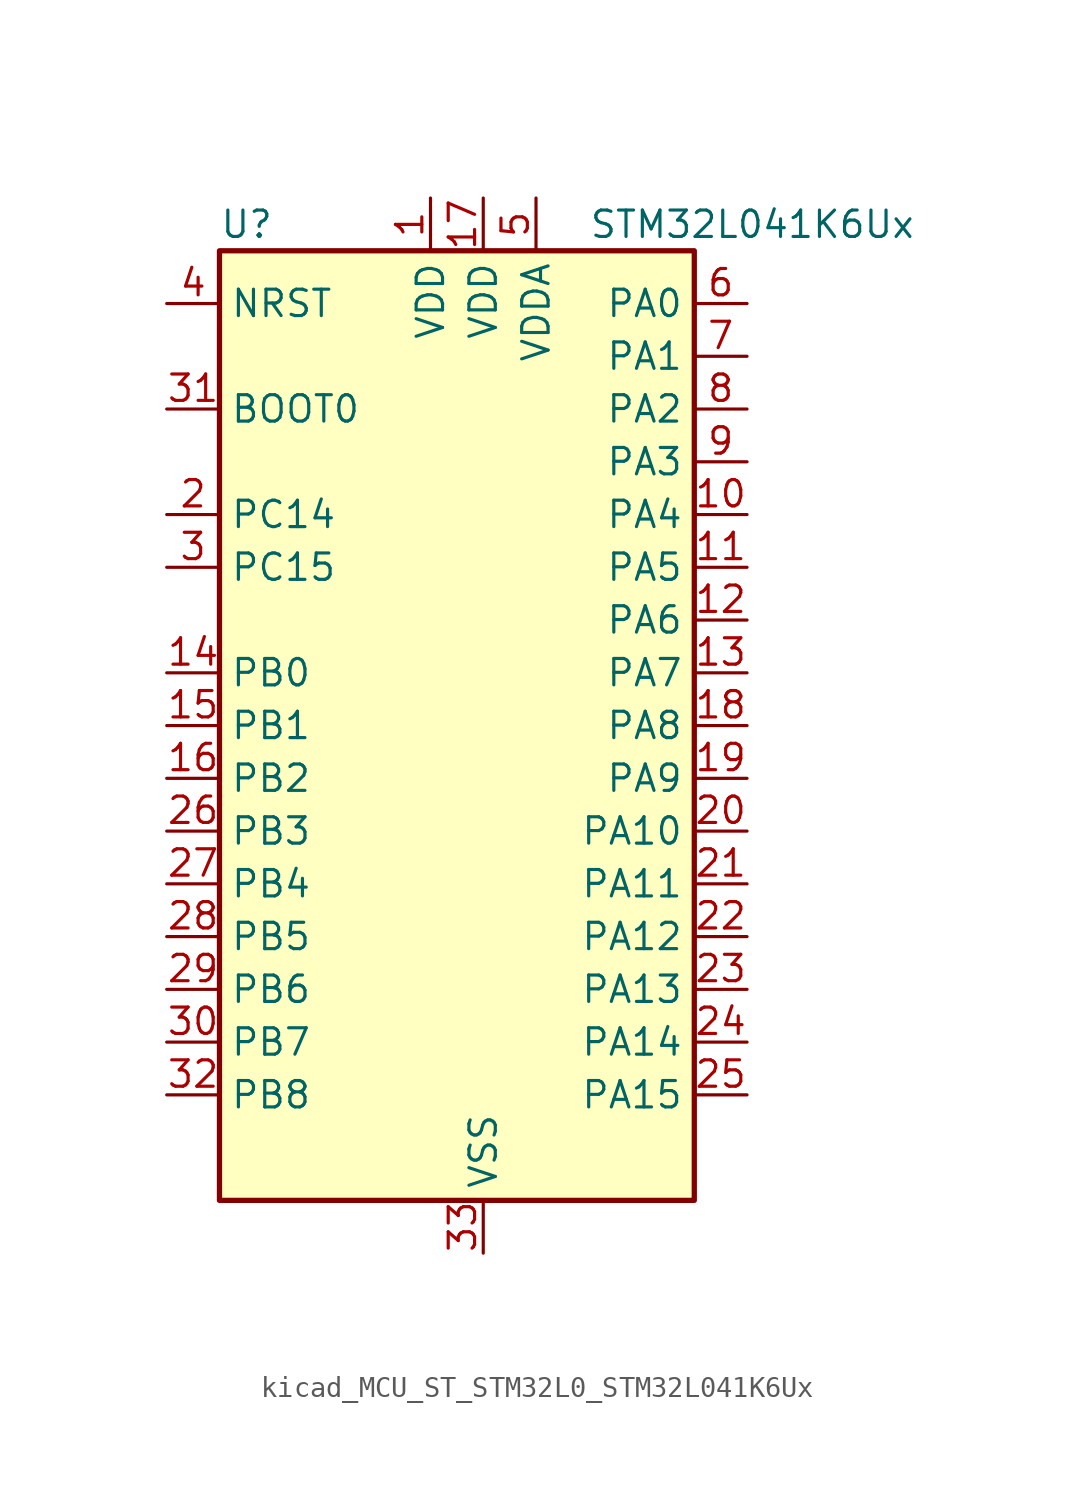
<source format=kicad_sym>
(kicad_symbol_lib
  (version 20220914)
  (generator kicad_symbol_editor)
  (symbol "kicad_MCU_ST_STM32L0_STM32L041K6Ux"
    (property "Reference" "U"
      (at -10.16 24.13 0)
      (effects (font (size 1.27 1.27)) (justify left)))
    (property "Value" "STM32L041K6Ux"
      (at 7.62 24.13 0)
      (effects (font (size 1.27 1.27)) (justify left)))
    (property "ki_locked" ""
      (at 0 0 0)
      (effects (font (size 1.27 1.27))))
    (symbol "kicad_MCU_ST_STM32L0_STM32L041K6Ux_0_1"
      (rectangle (start -10.16 -22.86) (end 12.7 22.86) (stroke (width 0.254) (type default)) (fill (type background))))
    (symbol "kicad_MCU_ST_STM32L0_STM32L041K6Ux_1_1"
      (pin power_in line (at 0 25.4 270) (length 2.54) (name "VDD" (effects (font (size 1.27 1.27)))) (number "1" (effects (font (size 1.27 1.27)))))
      (pin bidirectional line (at 15.24 10.16 180) (length 2.54) (name "PA4" (effects (font (size 1.27 1.27)))) (number "10" (effects (font (size 1.27 1.27)))) (alternate "ADC_IN4" bidirectional line) (alternate "COMP1_INM" bidirectional line) (alternate "COMP2_INM" bidirectional line) (alternate "LPTIM1_IN1" bidirectional line) (alternate "SPI1_NSS" bidirectional line) (alternate "TIM22_ETR" bidirectional line) (alternate "USART2_CK" bidirectional line))
      (pin bidirectional line (at 15.24 7.62 180) (length 2.54) (name "PA5" (effects (font (size 1.27 1.27)))) (number "11" (effects (font (size 1.27 1.27)))) (alternate "ADC_IN5" bidirectional line) (alternate "COMP1_INM" bidirectional line) (alternate "COMP2_INM" bidirectional line) (alternate "LPTIM1_IN2" bidirectional line) (alternate "SPI1_SCK" bidirectional line) (alternate "TIM2_CH1" bidirectional line) (alternate "TIM2_ETR" bidirectional line))
      (pin bidirectional line (at 15.24 5.08 180) (length 2.54) (name "PA6" (effects (font (size 1.27 1.27)))) (number "12" (effects (font (size 1.27 1.27)))) (alternate "ADC_IN6" bidirectional line) (alternate "COMP1_OUT" bidirectional line) (alternate "LPTIM1_ETR" bidirectional line) (alternate "LPUART1_CTS" bidirectional line) (alternate "SPI1_MISO" bidirectional line) (alternate "TIM22_CH1" bidirectional line))
      (pin bidirectional line (at 15.24 2.54 180) (length 2.54) (name "PA7" (effects (font (size 1.27 1.27)))) (number "13" (effects (font (size 1.27 1.27)))) (alternate "ADC_IN7" bidirectional line) (alternate "COMP2_OUT" bidirectional line) (alternate "LPTIM1_OUT" bidirectional line) (alternate "SPI1_MOSI" bidirectional line) (alternate "TIM22_CH2" bidirectional line) (alternate "USART2_CTS" bidirectional line))
      (pin bidirectional line (at -12.7 2.54 0) (length 2.54) (name "PB0" (effects (font (size 1.27 1.27)))) (number "14" (effects (font (size 1.27 1.27)))) (alternate "ADC_IN8" bidirectional line) (alternate "SPI1_MISO" bidirectional line) (alternate "SYS_VREF_OUT_PB0" bidirectional line) (alternate "TIM2_CH3" bidirectional line) (alternate "USART2_DE" bidirectional line) (alternate "USART2_RTS" bidirectional line))
      (pin bidirectional line (at -12.7 0 0) (length 2.54) (name "PB1" (effects (font (size 1.27 1.27)))) (number "15" (effects (font (size 1.27 1.27)))) (alternate "ADC_IN9" bidirectional line) (alternate "LPUART1_DE" bidirectional line) (alternate "LPUART1_RTS" bidirectional line) (alternate "SPI1_MOSI" bidirectional line) (alternate "SYS_VREF_OUT_PB1" bidirectional line) (alternate "TIM2_CH4" bidirectional line) (alternate "USART2_CK" bidirectional line))
      (pin bidirectional line (at -12.7 -2.54 0) (length 2.54) (name "PB2" (effects (font (size 1.27 1.27)))) (number "16" (effects (font (size 1.27 1.27)))) (alternate "LPTIM1_OUT" bidirectional line))
      (pin power_in line (at 2.54 25.4 270) (length 2.54) (name "VDD" (effects (font (size 1.27 1.27)))) (number "17" (effects (font (size 1.27 1.27)))))
      (pin bidirectional line (at 15.24 0 180) (length 2.54) (name "PA8" (effects (font (size 1.27 1.27)))) (number "18" (effects (font (size 1.27 1.27)))) (alternate "LPTIM1_IN1" bidirectional line) (alternate "RCC_MCO" bidirectional line) (alternate "TIM2_CH1" bidirectional line) (alternate "USART2_CK" bidirectional line))
      (pin bidirectional line (at 15.24 -2.54 180) (length 2.54) (name "PA9" (effects (font (size 1.27 1.27)))) (number "19" (effects (font (size 1.27 1.27)))) (alternate "I2C1_SCL" bidirectional line) (alternate "RCC_MCO" bidirectional line) (alternate "TIM22_CH1" bidirectional line) (alternate "USART2_TX" bidirectional line))
      (pin bidirectional line (at -12.7 10.16 0) (length 2.54) (name "PC14" (effects (font (size 1.27 1.27)))) (number "2" (effects (font (size 1.27 1.27)))) (alternate "RCC_OSC32_IN" bidirectional line))
      (pin bidirectional line (at 15.24 -5.08 180) (length 2.54) (name "PA10" (effects (font (size 1.27 1.27)))) (number "20" (effects (font (size 1.27 1.27)))) (alternate "I2C1_SDA" bidirectional line) (alternate "TIM22_CH2" bidirectional line) (alternate "USART2_RX" bidirectional line))
      (pin bidirectional line (at 15.24 -7.62 180) (length 2.54) (name "PA11" (effects (font (size 1.27 1.27)))) (number "21" (effects (font (size 1.27 1.27)))) (alternate "ADC_EXTI11" bidirectional line) (alternate "COMP1_OUT" bidirectional line) (alternate "SPI1_MISO" bidirectional line) (alternate "TIM21_CH2" bidirectional line) (alternate "USART2_CTS" bidirectional line))
      (pin bidirectional line (at 15.24 -10.16 180) (length 2.54) (name "PA12" (effects (font (size 1.27 1.27)))) (number "22" (effects (font (size 1.27 1.27)))) (alternate "COMP2_OUT" bidirectional line) (alternate "SPI1_MOSI" bidirectional line) (alternate "USART2_DE" bidirectional line) (alternate "USART2_RTS" bidirectional line))
      (pin bidirectional line (at 15.24 -12.7 180) (length 2.54) (name "PA13" (effects (font (size 1.27 1.27)))) (number "23" (effects (font (size 1.27 1.27)))) (alternate "LPTIM1_ETR" bidirectional line) (alternate "LPUART1_RX" bidirectional line) (alternate "SYS_SWDIO" bidirectional line))
      (pin bidirectional line (at 15.24 -15.24 180) (length 2.54) (name "PA14" (effects (font (size 1.27 1.27)))) (number "24" (effects (font (size 1.27 1.27)))) (alternate "I2C1_SMBA" bidirectional line) (alternate "LPTIM1_OUT" bidirectional line) (alternate "LPUART1_TX" bidirectional line) (alternate "SYS_SWCLK" bidirectional line) (alternate "USART2_TX" bidirectional line))
      (pin bidirectional line (at 15.24 -17.78 180) (length 2.54) (name "PA15" (effects (font (size 1.27 1.27)))) (number "25" (effects (font (size 1.27 1.27)))) (alternate "SPI1_NSS" bidirectional line) (alternate "TIM2_CH1" bidirectional line) (alternate "TIM2_ETR" bidirectional line) (alternate "USART2_RX" bidirectional line))
      (pin bidirectional line (at -12.7 -5.08 0) (length 2.54) (name "PB3" (effects (font (size 1.27 1.27)))) (number "26" (effects (font (size 1.27 1.27)))) (alternate "COMP2_INM" bidirectional line) (alternate "SPI1_SCK" bidirectional line) (alternate "TIM2_CH2" bidirectional line))
      (pin bidirectional line (at -12.7 -7.62 0) (length 2.54) (name "PB4" (effects (font (size 1.27 1.27)))) (number "27" (effects (font (size 1.27 1.27)))) (alternate "COMP2_INP" bidirectional line) (alternate "SPI1_MISO" bidirectional line) (alternate "TIM22_CH1" bidirectional line))
      (pin bidirectional line (at -12.7 -10.16 0) (length 2.54) (name "PB5" (effects (font (size 1.27 1.27)))) (number "28" (effects (font (size 1.27 1.27)))) (alternate "COMP2_INP" bidirectional line) (alternate "I2C1_SMBA" bidirectional line) (alternate "LPTIM1_IN1" bidirectional line) (alternate "SPI1_MOSI" bidirectional line) (alternate "TIM22_CH2" bidirectional line))
      (pin bidirectional line (at -12.7 -12.7 0) (length 2.54) (name "PB6" (effects (font (size 1.27 1.27)))) (number "29" (effects (font (size 1.27 1.27)))) (alternate "COMP2_INP" bidirectional line) (alternate "I2C1_SCL" bidirectional line) (alternate "LPTIM1_ETR" bidirectional line) (alternate "TIM21_CH1" bidirectional line) (alternate "USART2_TX" bidirectional line))
      (pin bidirectional line (at -12.7 7.62 0) (length 2.54) (name "PC15" (effects (font (size 1.27 1.27)))) (number "3" (effects (font (size 1.27 1.27)))) (alternate "RCC_OSC32_OUT" bidirectional line))
      (pin bidirectional line (at -12.7 -15.24 0) (length 2.54) (name "PB7" (effects (font (size 1.27 1.27)))) (number "30" (effects (font (size 1.27 1.27)))) (alternate "COMP2_INP" bidirectional line) (alternate "I2C1_SDA" bidirectional line) (alternate "LPTIM1_IN2" bidirectional line) (alternate "SYS_PVD_IN" bidirectional line) (alternate "USART2_RX" bidirectional line))
      (pin input line (at -12.7 15.24 0) (length 2.54) (name "BOOT0" (effects (font (size 1.27 1.27)))) (number "31" (effects (font (size 1.27 1.27)))))
      (pin bidirectional line (at -12.7 -17.78 0) (length 2.54) (name "PB8" (effects (font (size 1.27 1.27)))) (number "32" (effects (font (size 1.27 1.27)))) (alternate "I2C1_SCL" bidirectional line))
      (pin power_in line (at 2.54 -25.4 90) (length 2.54) (name "VSS" (effects (font (size 1.27 1.27)))) (number "33" (effects (font (size 1.27 1.27)))))
      (pin input line (at -12.7 20.32 0) (length 2.54) (name "NRST" (effects (font (size 1.27 1.27)))) (number "4" (effects (font (size 1.27 1.27)))))
      (pin power_in line (at 5.08 25.4 270) (length 2.54) (name "VDDA" (effects (font (size 1.27 1.27)))) (number "5" (effects (font (size 1.27 1.27)))))
      (pin bidirectional line (at 15.24 20.32 180) (length 2.54) (name "PA0" (effects (font (size 1.27 1.27)))) (number "6" (effects (font (size 1.27 1.27)))) (alternate "ADC_IN0" bidirectional line) (alternate "COMP1_INM" bidirectional line) (alternate "COMP1_OUT" bidirectional line) (alternate "LPTIM1_IN1" bidirectional line) (alternate "RCC_CK_IN" bidirectional line) (alternate "RTC_TAMP2" bidirectional line) (alternate "SYS_WKUP1" bidirectional line) (alternate "TIM2_CH1" bidirectional line) (alternate "TIM2_ETR" bidirectional line) (alternate "USART2_CTS" bidirectional line))
      (pin bidirectional line (at 15.24 17.78 180) (length 2.54) (name "PA1" (effects (font (size 1.27 1.27)))) (number "7" (effects (font (size 1.27 1.27)))) (alternate "ADC_IN1" bidirectional line) (alternate "COMP1_INP" bidirectional line) (alternate "I2C1_SMBA" bidirectional line) (alternate "LPTIM1_IN2" bidirectional line) (alternate "TIM21_ETR" bidirectional line) (alternate "TIM2_CH2" bidirectional line) (alternate "USART2_DE" bidirectional line) (alternate "USART2_RTS" bidirectional line))
      (pin bidirectional line (at 15.24 15.24 180) (length 2.54) (name "PA2" (effects (font (size 1.27 1.27)))) (number "8" (effects (font (size 1.27 1.27)))) (alternate "ADC_IN2" bidirectional line) (alternate "COMP2_INM" bidirectional line) (alternate "COMP2_OUT" bidirectional line) (alternate "LPUART1_TX" bidirectional line) (alternate "RTC_OUT_ALARM" bidirectional line) (alternate "RTC_OUT_CALIB" bidirectional line) (alternate "RTC_TAMP3" bidirectional line) (alternate "RTC_TS" bidirectional line) (alternate "SYS_WKUP3" bidirectional line) (alternate "TIM21_CH1" bidirectional line) (alternate "TIM2_CH3" bidirectional line) (alternate "USART2_TX" bidirectional line))
      (pin bidirectional line (at 15.24 12.7 180) (length 2.54) (name "PA3" (effects (font (size 1.27 1.27)))) (number "9" (effects (font (size 1.27 1.27)))) (alternate "ADC_IN3" bidirectional line) (alternate "COMP2_INP" bidirectional line) (alternate "LPUART1_RX" bidirectional line) (alternate "TIM21_CH2" bidirectional line) (alternate "TIM2_CH4" bidirectional line) (alternate "USART2_RX" bidirectional line)))))
</source>
